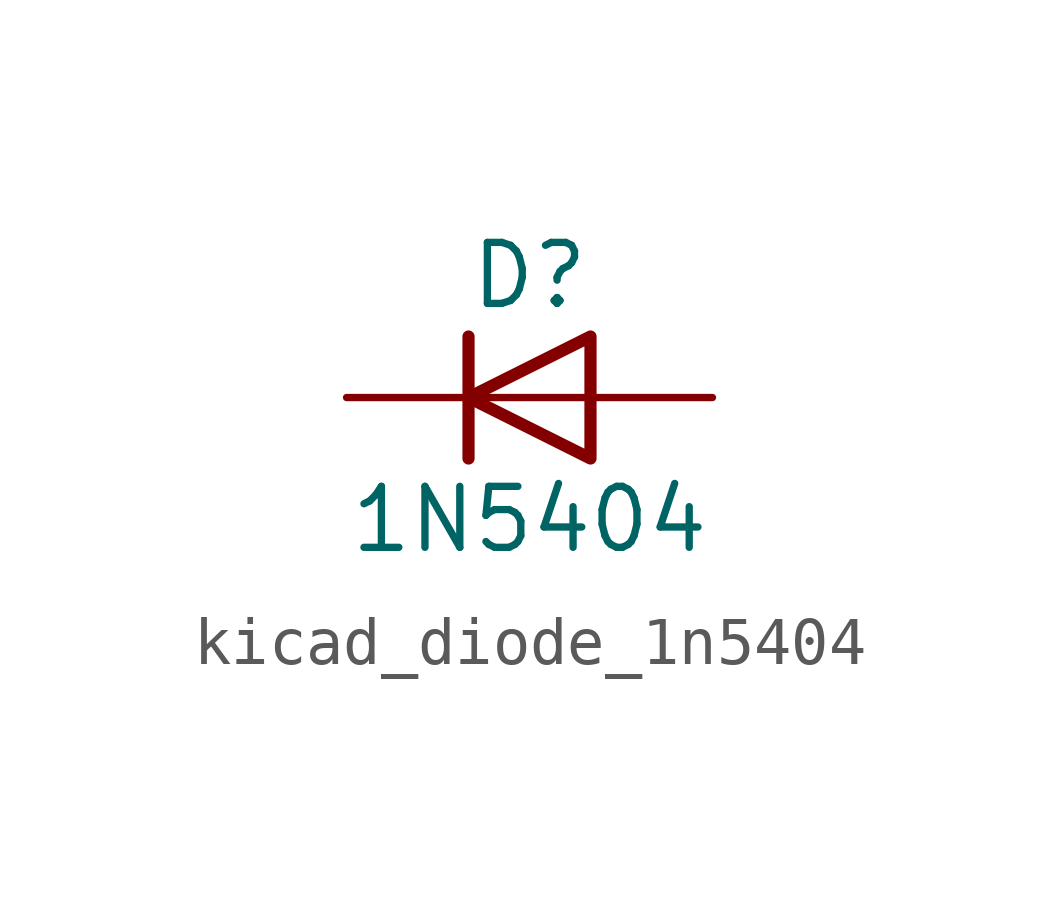
<source format=kicad_sym>
(kicad_symbol_lib
  (version 20220914)
  (generator kicad_symbol_editor)
  (symbol "kicad_diode_1n5404"
    (pin_numbers hide)
    (pin_names hide)
    (property "Reference" "D"
      (at 0 2.54 0)
      (effects (font (size 1.27 1.27))))
    (property "Value" "1N5404"
      (at 0 -2.54 0)
      (effects (font (size 1.27 1.27))))
    (symbol "kicad_diode_1n5404_0_1"
      (polyline (pts (xy -1.27 1.27) (xy -1.27 -1.27)) (stroke (width 0.254) (type default)) (fill (type none)))
      (polyline (pts (xy 1.27 0) (xy -1.27 0)) (stroke (width 0) (type default)) (fill (type none)))
      (polyline (pts (xy 1.27 1.27) (xy 1.27 -1.27) (xy -1.27 0) (xy 1.27 1.27)) (stroke (width 0.254) (type default)) (fill (type none))))
    (symbol "kicad_diode_1n5404_1_1"
      (pin passive line (at -3.81 0 0) (length 2.54) (name "K" (effects (font (size 1.27 1.27)))) (number "1" (effects (font (size 1.27 1.27)))))
      (pin passive line (at 3.81 0 180) (length 2.54) (name "A" (effects (font (size 1.27 1.27)))) (number "2" (effects (font (size 1.27 1.27))))))))
</source>
